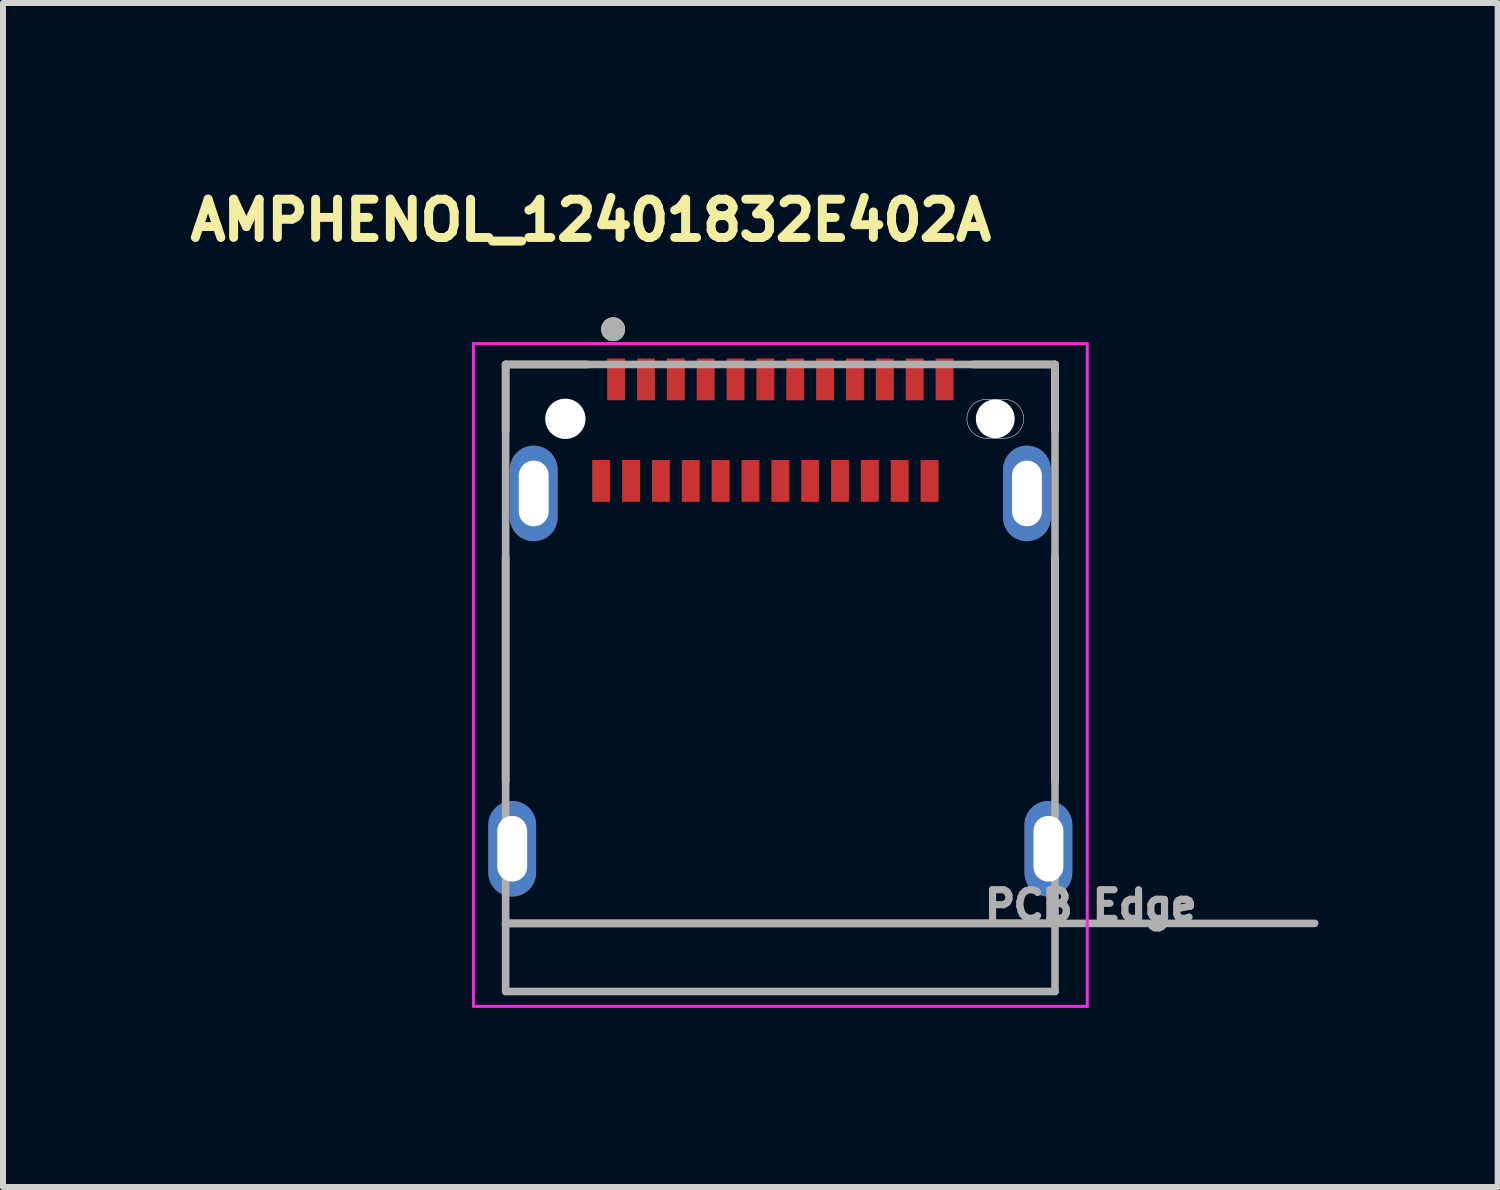
<source format=kicad_pcb>
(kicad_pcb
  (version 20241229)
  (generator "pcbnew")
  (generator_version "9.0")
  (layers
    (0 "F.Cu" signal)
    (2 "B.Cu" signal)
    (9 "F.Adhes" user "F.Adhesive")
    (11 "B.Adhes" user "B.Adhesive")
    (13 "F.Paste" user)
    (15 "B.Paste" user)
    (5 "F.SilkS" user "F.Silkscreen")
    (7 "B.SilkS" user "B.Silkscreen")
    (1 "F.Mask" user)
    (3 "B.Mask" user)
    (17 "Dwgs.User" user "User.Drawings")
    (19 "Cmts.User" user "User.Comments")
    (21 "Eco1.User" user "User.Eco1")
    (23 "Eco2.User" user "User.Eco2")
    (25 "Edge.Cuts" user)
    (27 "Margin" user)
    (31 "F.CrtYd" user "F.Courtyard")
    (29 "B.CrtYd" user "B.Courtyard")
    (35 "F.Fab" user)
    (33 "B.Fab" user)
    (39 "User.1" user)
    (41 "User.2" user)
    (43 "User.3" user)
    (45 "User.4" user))
  (footprint "AMPHENOL_12401832E402A"
    (layer "F.Cu")
    (at 10.018 3.964)
    (property "Reference" "AMPHENOL_12401832E402A" (at -3.173 -3.326 0) (layer "F.SilkS") (effects (font (size 0.641 0.641) (thickness 0.15))))
    (attr smd)
    (fp_line (start -4.6 -0.91) (end -4.6 0.2) (stroke (width 0.127) (type solid)) (layer "F.SilkS"))
    (fp_line (start -4.6 2.32) (end -4.6 6.07) (stroke (width 0.127) (type solid)) (layer "F.SilkS"))
    (fp_line (start -4.6 8.45) (end 4.6 8.45) (stroke (width 0.127) (type solid)) (layer "F.SilkS"))
    (fp_line (start -3.23 -0.91) (end -4.6 -0.91) (stroke (width 0.127) (type solid)) (layer "F.SilkS"))
    (fp_line (start 4.6 -0.91) (end 3.23 -0.91) (stroke (width 0.127) (type solid)) (layer "F.SilkS"))
    (fp_line (start 4.6 0.2) (end 4.6 -0.91) (stroke (width 0.127) (type solid)) (layer "F.SilkS"))
    (fp_line (start 4.6 6.07) (end 4.6 2.32) (stroke (width 0.127) (type solid)) (layer "F.SilkS"))
    (fp_circle (center -2.8 -1.5) (end -2.7 -1.5) (stroke (width 0.2) (type solid)) (fill no) (layer "F.SilkS"))
    (fp_line (start 3.45 -0.325) (end 3.75 -0.325) (stroke (width 0.01) (type solid)) (layer "Edge.Cuts"))
    (fp_line (start 3.75 0.325) (end 3.45 0.325) (stroke (width 0.01) (type solid)) (layer "Edge.Cuts"))
    (fp_arc (start 3.45 0.325) (mid 3.125 0) (end 3.45 -0.325) (stroke (width 0.01) (type solid)) (layer "Edge.Cuts"))
    (fp_arc (start 3.75 -0.325) (mid 4.075 0) (end 3.75 0.325) (stroke (width 0.01) (type solid)) (layer "Edge.Cuts"))
    (fp_line (start -5.14 -1.26) (end 5.14 -1.26) (stroke (width 0.05) (type solid)) (layer "F.CrtYd"))
    (fp_line (start -5.14 9.84) (end -5.14 -1.26) (stroke (width 0.05) (type solid)) (layer "F.CrtYd"))
    (fp_line (start 5.14 -1.26) (end 5.14 9.84) (stroke (width 0.05) (type solid)) (layer "F.CrtYd"))
    (fp_line (start 5.14 9.84) (end -5.14 9.84) (stroke (width 0.05) (type solid)) (layer "F.CrtYd"))
    (fp_line (start -4.6 -0.91) (end 4.6 -0.91) (stroke (width 0.127) (type solid)) (layer "F.Fab"))
    (fp_line (start -4.6 8.45) (end -4.6 -0.91) (stroke (width 0.127) (type solid)) (layer "F.Fab"))
    (fp_line (start -4.6 8.45) (end 8.95 8.45) (stroke (width 0.127) (type solid)) (layer "F.Fab"))
    (fp_line (start -4.6 9.59) (end -4.6 8.45) (stroke (width 0.127) (type solid)) (layer "F.Fab"))
    (fp_line (start 4.6 -0.91) (end 4.6 9.59) (stroke (width 0.127) (type solid)) (layer "F.Fab"))
    (fp_line (start 4.6 9.59) (end -4.6 9.59) (stroke (width 0.127) (type solid)) (layer "F.Fab"))
    (fp_circle (center -2.8 -1.5) (end -2.7 -1.5) (stroke (width 0.2) (type solid)) (fill no) (layer "F.Fab"))
    (fp_text user "PCB Edge" (at 5.2 8.15 0) (layer "F.Fab") (effects (font (size 0.48 0.48) (thickness 0.15))))
    (pad "" np_thru_hole circle (at -3.6 0) (size 0.675 0.675) (drill 0.675) (layers "*.Cu" "*.Mask"))
    (pad "" np_thru_hole circle (at 3.6 0) (size 0.65 0.65) (drill 0.65) (layers "*.Cu" "*.Mask"))
    (pad "A1" smd rect (at -2.75 -0.66) (size 0.3 0.7) (layers "F.Cu" "F.Mask" "F.Paste"))
    (pad "A2" smd rect (at -2.25 -0.66) (size 0.3 0.7) (layers "F.Cu" "F.Mask" "F.Paste"))
    (pad "A3" smd rect (at -1.75 -0.66) (size 0.3 0.7) (layers "F.Cu" "F.Mask" "F.Paste"))
    (pad "A4" smd rect (at -1.25 -0.66) (size 0.3 0.7) (layers "F.Cu" "F.Mask" "F.Paste"))
    (pad "A5" smd rect (at -0.75 -0.66) (size 0.3 0.7) (layers "F.Cu" "F.Mask" "F.Paste"))
    (pad "A6" smd rect (at -0.25 -0.66) (size 0.3 0.7) (layers "F.Cu" "F.Mask" "F.Paste"))
    (pad "A7" smd rect (at 0.25 -0.66) (size 0.3 0.7) (layers "F.Cu" "F.Mask" "F.Paste"))
    (pad "A8" smd rect (at 0.75 -0.66) (size 0.3 0.7) (layers "F.Cu" "F.Mask" "F.Paste"))
    (pad "A9" smd rect (at 1.25 -0.66) (size 0.3 0.7) (layers "F.Cu" "F.Mask" "F.Paste"))
    (pad "A10" smd rect (at 1.75 -0.66) (size 0.3 0.7) (layers "F.Cu" "F.Mask" "F.Paste"))
    (pad "A11" smd rect (at 2.25 -0.66) (size 0.3 0.7) (layers "F.Cu" "F.Mask" "F.Paste"))
    (pad "A12" smd rect (at 2.75 -0.66) (size 0.3 0.7) (layers "F.Cu" "F.Mask" "F.Paste"))
    (pad "B1" smd rect (at 2.5 1.04) (size 0.3 0.7) (layers "F.Cu" "F.Mask" "F.Paste"))
    (pad "B2" smd rect (at 2 1.04) (size 0.3 0.7) (layers "F.Cu" "F.Mask" "F.Paste"))
    (pad "B3" smd rect (at 1.5 1.04) (size 0.3 0.7) (layers "F.Cu" "F.Mask" "F.Paste"))
    (pad "B4" smd rect (at 1 1.04) (size 0.3 0.7) (layers "F.Cu" "F.Mask" "F.Paste"))
    (pad "B5" smd rect (at 0.5 1.04) (size 0.3 0.7) (layers "F.Cu" "F.Mask" "F.Paste"))
    (pad "B6" smd rect (at 0 1.04) (size 0.3 0.7) (layers "F.Cu" "F.Mask" "F.Paste"))
    (pad "B7" smd rect (at -0.5 1.04) (size 0.3 0.7) (layers "F.Cu" "F.Mask" "F.Paste"))
    (pad "B8" smd rect (at -1 1.04) (size 0.3 0.7) (layers "F.Cu" "F.Mask" "F.Paste"))
    (pad "B9" smd rect (at -1.5 1.04) (size 0.3 0.7) (layers "F.Cu" "F.Mask" "F.Paste"))
    (pad "B10" smd rect (at -2 1.04) (size 0.3 0.7) (layers "F.Cu" "F.Mask" "F.Paste"))
    (pad "B11" smd rect (at -2.5 1.04) (size 0.3 0.7) (layers "F.Cu" "F.Mask" "F.Paste"))
    (pad "B12" smd rect (at -3 1.04) (size 0.3 0.7) (layers "F.Cu" "F.Mask" "F.Paste"))
    (pad "S1" thru_hole oval (at -4.13 1.25) (size 0.8 1.6) (drill oval 0.5 1.1) (layers "*.Cu" "*.Mask"))
    (pad "S2" thru_hole oval (at 4.13 1.25) (size 0.8 1.6) (drill oval 0.5 1.1) (layers "*.Cu" "*.Mask"))
    (pad "S3" thru_hole oval (at 4.49 7.2) (size 0.8 1.6) (drill oval 0.5 1.1) (layers "*.Cu" "*.Mask"))
    (pad "S4" thru_hole oval (at -4.49 7.2) (size 0.8 1.6) (drill oval 0.5 1.1) (layers "*.Cu" "*.Mask")))
  (gr_rect
    (start -3 -3)
    (end 22.031 16.829)
    (stroke (width 0.1) (type default))
    (fill no)
    (layer "Edge.Cuts")))
</source>
